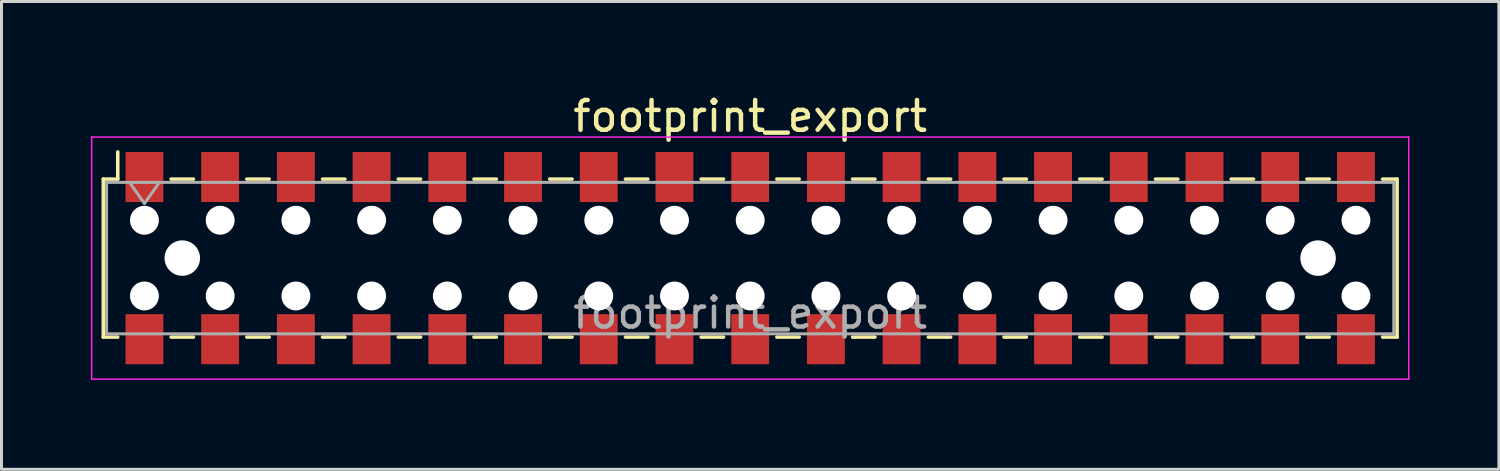
<source format=kicad_pcb>
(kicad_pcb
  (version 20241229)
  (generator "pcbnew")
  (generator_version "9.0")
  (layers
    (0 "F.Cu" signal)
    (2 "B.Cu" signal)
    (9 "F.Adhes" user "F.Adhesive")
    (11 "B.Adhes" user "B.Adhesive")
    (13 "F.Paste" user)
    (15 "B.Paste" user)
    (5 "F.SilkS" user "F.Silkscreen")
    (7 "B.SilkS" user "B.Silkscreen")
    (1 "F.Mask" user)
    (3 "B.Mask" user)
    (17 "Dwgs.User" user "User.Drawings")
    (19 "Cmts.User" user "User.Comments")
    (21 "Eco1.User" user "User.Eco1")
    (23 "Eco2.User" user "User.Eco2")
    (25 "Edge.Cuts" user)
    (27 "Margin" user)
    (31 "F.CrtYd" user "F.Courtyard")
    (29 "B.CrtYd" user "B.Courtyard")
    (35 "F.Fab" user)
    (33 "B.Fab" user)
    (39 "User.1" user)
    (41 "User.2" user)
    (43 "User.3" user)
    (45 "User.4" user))
  (footprint "footprint_export"
    (layer "F.Cu")
    (at 22.115 5.608)
    (property "Reference" "footprint_export" (at 0 -4.76 0) (layer "F.SilkS") (effects (font (size 1 1) (thickness 0.15))))
    (attr smd)
    (fp_line (start -21.7 -2.65) (end -21.7 2.65) (stroke (width 0.12) (type solid)) (layer "F.SilkS"))
    (fp_line (start -21.7 2.65) (end -21.215 2.65) (stroke (width 0.12) (type solid)) (layer "F.SilkS"))
    (fp_line (start -21.215 -3.56) (end -21.215 -2.65) (stroke (width 0.12) (type solid)) (layer "F.SilkS"))
    (fp_line (start -21.215 -2.65) (end -21.7 -2.65) (stroke (width 0.12) (type solid)) (layer "F.SilkS"))
    (fp_line (start -19.425 -2.65) (end -18.675 -2.65) (stroke (width 0.12) (type solid)) (layer "F.SilkS"))
    (fp_line (start -19.425 2.65) (end -18.675 2.65) (stroke (width 0.12) (type solid)) (layer "F.SilkS"))
    (fp_line (start -16.885 -2.65) (end -16.135 -2.65) (stroke (width 0.12) (type solid)) (layer "F.SilkS"))
    (fp_line (start -16.885 2.65) (end -16.135 2.65) (stroke (width 0.12) (type solid)) (layer "F.SilkS"))
    (fp_line (start -14.345 -2.65) (end -13.595 -2.65) (stroke (width 0.12) (type solid)) (layer "F.SilkS"))
    (fp_line (start -14.345 2.65) (end -13.595 2.65) (stroke (width 0.12) (type solid)) (layer "F.SilkS"))
    (fp_line (start -11.805 -2.65) (end -11.055 -2.65) (stroke (width 0.12) (type solid)) (layer "F.SilkS"))
    (fp_line (start -11.805 2.65) (end -11.055 2.65) (stroke (width 0.12) (type solid)) (layer "F.SilkS"))
    (fp_line (start -9.265 -2.65) (end -8.515 -2.65) (stroke (width 0.12) (type solid)) (layer "F.SilkS"))
    (fp_line (start -9.265 2.65) (end -8.515 2.65) (stroke (width 0.12) (type solid)) (layer "F.SilkS"))
    (fp_line (start -6.725 -2.65) (end -5.975 -2.65) (stroke (width 0.12) (type solid)) (layer "F.SilkS"))
    (fp_line (start -6.725 2.65) (end -5.975 2.65) (stroke (width 0.12) (type solid)) (layer "F.SilkS"))
    (fp_line (start -4.185 -2.65) (end -3.435 -2.65) (stroke (width 0.12) (type solid)) (layer "F.SilkS"))
    (fp_line (start -4.185 2.65) (end -3.435 2.65) (stroke (width 0.12) (type solid)) (layer "F.SilkS"))
    (fp_line (start -1.645 -2.65) (end -0.895 -2.65) (stroke (width 0.12) (type solid)) (layer "F.SilkS"))
    (fp_line (start -1.645 2.65) (end -0.895 2.65) (stroke (width 0.12) (type solid)) (layer "F.SilkS"))
    (fp_line (start 0.895 -2.65) (end 1.645 -2.65) (stroke (width 0.12) (type solid)) (layer "F.SilkS"))
    (fp_line (start 0.895 2.65) (end 1.645 2.65) (stroke (width 0.12) (type solid)) (layer "F.SilkS"))
    (fp_line (start 3.435 -2.65) (end 4.185 -2.65) (stroke (width 0.12) (type solid)) (layer "F.SilkS"))
    (fp_line (start 3.435 2.65) (end 4.185 2.65) (stroke (width 0.12) (type solid)) (layer "F.SilkS"))
    (fp_line (start 5.975 -2.65) (end 6.725 -2.65) (stroke (width 0.12) (type solid)) (layer "F.SilkS"))
    (fp_line (start 5.975 2.65) (end 6.725 2.65) (stroke (width 0.12) (type solid)) (layer "F.SilkS"))
    (fp_line (start 8.515 -2.65) (end 9.265 -2.65) (stroke (width 0.12) (type solid)) (layer "F.SilkS"))
    (fp_line (start 8.515 2.65) (end 9.265 2.65) (stroke (width 0.12) (type solid)) (layer "F.SilkS"))
    (fp_line (start 11.055 -2.65) (end 11.805 -2.65) (stroke (width 0.12) (type solid)) (layer "F.SilkS"))
    (fp_line (start 11.055 2.65) (end 11.805 2.65) (stroke (width 0.12) (type solid)) (layer "F.SilkS"))
    (fp_line (start 13.595 -2.65) (end 14.345 -2.65) (stroke (width 0.12) (type solid)) (layer "F.SilkS"))
    (fp_line (start 13.595 2.65) (end 14.345 2.65) (stroke (width 0.12) (type solid)) (layer "F.SilkS"))
    (fp_line (start 16.135 -2.65) (end 16.885 -2.65) (stroke (width 0.12) (type solid)) (layer "F.SilkS"))
    (fp_line (start 16.135 2.65) (end 16.885 2.65) (stroke (width 0.12) (type solid)) (layer "F.SilkS"))
    (fp_line (start 18.675 -2.65) (end 19.425 -2.65) (stroke (width 0.12) (type solid)) (layer "F.SilkS"))
    (fp_line (start 18.675 2.65) (end 19.425 2.65) (stroke (width 0.12) (type solid)) (layer "F.SilkS"))
    (fp_line (start 21.215 -2.65) (end 21.7 -2.65) (stroke (width 0.12) (type solid)) (layer "F.SilkS"))
    (fp_line (start 21.7 -2.65) (end 21.7 2.65) (stroke (width 0.12) (type solid)) (layer "F.SilkS"))
    (fp_line (start 21.7 2.65) (end 21.215 2.65) (stroke (width 0.12) (type solid)) (layer "F.SilkS"))
    (fp_line (start -22.09 -4.06) (end 22.09 -4.06) (stroke (width 0.05) (type solid)) (layer "F.CrtYd"))
    (fp_line (start -22.09 4.06) (end -22.09 -4.06) (stroke (width 0.05) (type solid)) (layer "F.CrtYd"))
    (fp_line (start 22.09 -4.06) (end 22.09 4.06) (stroke (width 0.05) (type solid)) (layer "F.CrtYd"))
    (fp_line (start 22.09 4.06) (end -22.09 4.06) (stroke (width 0.05) (type solid)) (layer "F.CrtYd"))
    (fp_line (start -21.59 -2.54) (end 21.59 -2.54) (stroke (width 0.1) (type solid)) (layer "F.Fab"))
    (fp_line (start -21.59 2.54) (end -21.59 -2.54) (stroke (width 0.1) (type solid)) (layer "F.Fab"))
    (fp_line (start -20.82 -2.54) (end -20.32 -1.833) (stroke (width 0.1) (type solid)) (layer "F.Fab"))
    (fp_line (start -20.32 -1.833) (end -19.82 -2.54) (stroke (width 0.1) (type solid)) (layer "F.Fab"))
    (fp_line (start 21.59 -2.54) (end 21.59 2.54) (stroke (width 0.1) (type solid)) (layer "F.Fab"))
    (fp_line (start 21.59 2.54) (end -21.59 2.54) (stroke (width 0.1) (type solid)) (layer "F.Fab"))
    (fp_text user "${REFERENCE}" (at 0 1.84 0) (layer "F.Fab") (effects (font (size 1 1) (thickness 0.15))))
    (pad "" np_thru_hole circle (at -20.32 -1.27) (size 0.97 0.97) (drill 0.97) (layers "*.Cu" "*.Mask"))
    (pad "" np_thru_hole circle (at -20.32 1.27) (size 0.97 0.97) (drill 0.97) (layers "*.Cu" "*.Mask"))
    (pad "" np_thru_hole circle (at -19.05 0) (size 1.19 1.19) (drill 1.19) (layers "*.Cu" "*.Mask"))
    (pad "" np_thru_hole circle (at -17.78 -1.27) (size 0.97 0.97) (drill 0.97) (layers "*.Cu" "*.Mask"))
    (pad "" np_thru_hole circle (at -17.78 1.27) (size 0.97 0.97) (drill 0.97) (layers "*.Cu" "*.Mask"))
    (pad "" np_thru_hole circle (at -15.24 -1.27) (size 0.97 0.97) (drill 0.97) (layers "*.Cu" "*.Mask"))
    (pad "" np_thru_hole circle (at -15.24 1.27) (size 0.97 0.97) (drill 0.97) (layers "*.Cu" "*.Mask"))
    (pad "" np_thru_hole circle (at -12.7 -1.27) (size 0.97 0.97) (drill 0.97) (layers "*.Cu" "*.Mask"))
    (pad "" np_thru_hole circle (at -12.7 1.27) (size 0.97 0.97) (drill 0.97) (layers "*.Cu" "*.Mask"))
    (pad "" np_thru_hole circle (at -10.16 -1.27) (size 0.97 0.97) (drill 0.97) (layers "*.Cu" "*.Mask"))
    (pad "" np_thru_hole circle (at -10.16 1.27) (size 0.97 0.97) (drill 0.97) (layers "*.Cu" "*.Mask"))
    (pad "" np_thru_hole circle (at -7.62 -1.27) (size 0.97 0.97) (drill 0.97) (layers "*.Cu" "*.Mask"))
    (pad "" np_thru_hole circle (at -7.62 1.27) (size 0.97 0.97) (drill 0.97) (layers "*.Cu" "*.Mask"))
    (pad "" np_thru_hole circle (at -5.08 -1.27) (size 0.97 0.97) (drill 0.97) (layers "*.Cu" "*.Mask"))
    (pad "" np_thru_hole circle (at -5.08 1.27) (size 0.97 0.97) (drill 0.97) (layers "*.Cu" "*.Mask"))
    (pad "" np_thru_hole circle (at -2.54 -1.27) (size 0.97 0.97) (drill 0.97) (layers "*.Cu" "*.Mask"))
    (pad "" np_thru_hole circle (at -2.54 1.27) (size 0.97 0.97) (drill 0.97) (layers "*.Cu" "*.Mask"))
    (pad "" np_thru_hole circle (at 0 -1.27) (size 0.97 0.97) (drill 0.97) (layers "*.Cu" "*.Mask"))
    (pad "" np_thru_hole circle (at 0 1.27) (size 0.97 0.97) (drill 0.97) (layers "*.Cu" "*.Mask"))
    (pad "" np_thru_hole circle (at 2.54 -1.27) (size 0.97 0.97) (drill 0.97) (layers "*.Cu" "*.Mask"))
    (pad "" np_thru_hole circle (at 2.54 1.27) (size 0.97 0.97) (drill 0.97) (layers "*.Cu" "*.Mask"))
    (pad "" np_thru_hole circle (at 5.08 -1.27) (size 0.97 0.97) (drill 0.97) (layers "*.Cu" "*.Mask"))
    (pad "" np_thru_hole circle (at 5.08 1.27) (size 0.97 0.97) (drill 0.97) (layers "*.Cu" "*.Mask"))
    (pad "" np_thru_hole circle (at 7.62 -1.27) (size 0.97 0.97) (drill 0.97) (layers "*.Cu" "*.Mask"))
    (pad "" np_thru_hole circle (at 7.62 1.27) (size 0.97 0.97) (drill 0.97) (layers "*.Cu" "*.Mask"))
    (pad "" np_thru_hole circle (at 10.16 -1.27) (size 0.97 0.97) (drill 0.97) (layers "*.Cu" "*.Mask"))
    (pad "" np_thru_hole circle (at 10.16 1.27) (size 0.97 0.97) (drill 0.97) (layers "*.Cu" "*.Mask"))
    (pad "" np_thru_hole circle (at 12.7 -1.27) (size 0.97 0.97) (drill 0.97) (layers "*.Cu" "*.Mask"))
    (pad "" np_thru_hole circle (at 12.7 1.27) (size 0.97 0.97) (drill 0.97) (layers "*.Cu" "*.Mask"))
    (pad "" np_thru_hole circle (at 15.24 -1.27) (size 0.97 0.97) (drill 0.97) (layers "*.Cu" "*.Mask"))
    (pad "" np_thru_hole circle (at 15.24 1.27) (size 0.97 0.97) (drill 0.97) (layers "*.Cu" "*.Mask"))
    (pad "" np_thru_hole circle (at 17.78 -1.27) (size 0.97 0.97) (drill 0.97) (layers "*.Cu" "*.Mask"))
    (pad "" np_thru_hole circle (at 17.78 1.27) (size 0.97 0.97) (drill 0.97) (layers "*.Cu" "*.Mask"))
    (pad "" np_thru_hole circle (at 19.05 0) (size 1.19 1.19) (drill 1.19) (layers "*.Cu" "*.Mask"))
    (pad "" np_thru_hole circle (at 20.32 -1.27) (size 0.97 0.97) (drill 0.97) (layers "*.Cu" "*.Mask"))
    (pad "" np_thru_hole circle (at 20.32 1.27) (size 0.97 0.97) (drill 0.97) (layers "*.Cu" "*.Mask"))
    (pad "1" smd rect (at -20.32 -2.72) (size 1.27 1.68) (layers "F.Cu" "F.Mask" "F.Paste"))
    (pad "2" smd rect (at -20.32 2.72) (size 1.27 1.68) (layers "F.Cu" "F.Mask" "F.Paste"))
    (pad "3" smd rect (at -17.78 -2.72) (size 1.27 1.68) (layers "F.Cu" "F.Mask" "F.Paste"))
    (pad "4" smd rect (at -17.78 2.72) (size 1.27 1.68) (layers "F.Cu" "F.Mask" "F.Paste"))
    (pad "5" smd rect (at -15.24 -2.72) (size 1.27 1.68) (layers "F.Cu" "F.Mask" "F.Paste"))
    (pad "6" smd rect (at -15.24 2.72) (size 1.27 1.68) (layers "F.Cu" "F.Mask" "F.Paste"))
    (pad "7" smd rect (at -12.7 -2.72) (size 1.27 1.68) (layers "F.Cu" "F.Mask" "F.Paste"))
    (pad "8" smd rect (at -12.7 2.72) (size 1.27 1.68) (layers "F.Cu" "F.Mask" "F.Paste"))
    (pad "9" smd rect (at -10.16 -2.72) (size 1.27 1.68) (layers "F.Cu" "F.Mask" "F.Paste"))
    (pad "10" smd rect (at -10.16 2.72) (size 1.27 1.68) (layers "F.Cu" "F.Mask" "F.Paste"))
    (pad "11" smd rect (at -7.62 -2.72) (size 1.27 1.68) (layers "F.Cu" "F.Mask" "F.Paste"))
    (pad "12" smd rect (at -7.62 2.72) (size 1.27 1.68) (layers "F.Cu" "F.Mask" "F.Paste"))
    (pad "13" smd rect (at -5.08 -2.72) (size 1.27 1.68) (layers "F.Cu" "F.Mask" "F.Paste"))
    (pad "14" smd rect (at -5.08 2.72) (size 1.27 1.68) (layers "F.Cu" "F.Mask" "F.Paste"))
    (pad "15" smd rect (at -2.54 -2.72) (size 1.27 1.68) (layers "F.Cu" "F.Mask" "F.Paste"))
    (pad "16" smd rect (at -2.54 2.72) (size 1.27 1.68) (layers "F.Cu" "F.Mask" "F.Paste"))
    (pad "17" smd rect (at 0 -2.72) (size 1.27 1.68) (layers "F.Cu" "F.Mask" "F.Paste"))
    (pad "18" smd rect (at 0 2.72) (size 1.27 1.68) (layers "F.Cu" "F.Mask" "F.Paste"))
    (pad "19" smd rect (at 2.54 -2.72) (size 1.27 1.68) (layers "F.Cu" "F.Mask" "F.Paste"))
    (pad "20" smd rect (at 2.54 2.72) (size 1.27 1.68) (layers "F.Cu" "F.Mask" "F.Paste"))
    (pad "21" smd rect (at 5.08 -2.72) (size 1.27 1.68) (layers "F.Cu" "F.Mask" "F.Paste"))
    (pad "22" smd rect (at 5.08 2.72) (size 1.27 1.68) (layers "F.Cu" "F.Mask" "F.Paste"))
    (pad "23" smd rect (at 7.62 -2.72) (size 1.27 1.68) (layers "F.Cu" "F.Mask" "F.Paste"))
    (pad "24" smd rect (at 7.62 2.72) (size 1.27 1.68) (layers "F.Cu" "F.Mask" "F.Paste"))
    (pad "25" smd rect (at 10.16 -2.72) (size 1.27 1.68) (layers "F.Cu" "F.Mask" "F.Paste"))
    (pad "26" smd rect (at 10.16 2.72) (size 1.27 1.68) (layers "F.Cu" "F.Mask" "F.Paste"))
    (pad "27" smd rect (at 12.7 -2.72) (size 1.27 1.68) (layers "F.Cu" "F.Mask" "F.Paste"))
    (pad "28" smd rect (at 12.7 2.72) (size 1.27 1.68) (layers "F.Cu" "F.Mask" "F.Paste"))
    (pad "29" smd rect (at 15.24 -2.72) (size 1.27 1.68) (layers "F.Cu" "F.Mask" "F.Paste"))
    (pad "30" smd rect (at 15.24 2.72) (size 1.27 1.68) (layers "F.Cu" "F.Mask" "F.Paste"))
    (pad "31" smd rect (at 17.78 -2.72) (size 1.27 1.68) (layers "F.Cu" "F.Mask" "F.Paste"))
    (pad "32" smd rect (at 17.78 2.72) (size 1.27 1.68) (layers "F.Cu" "F.Mask" "F.Paste"))
    (pad "33" smd rect (at 20.32 -2.72) (size 1.27 1.68) (layers "F.Cu" "F.Mask" "F.Paste"))
    (pad "34" smd rect (at 20.32 2.72) (size 1.27 1.68) (layers "F.Cu" "F.Mask" "F.Paste")))
  (gr_rect
    (start -3 -3)
    (end 47.23 12.693)
    (stroke (width 0.1) (type default))
    (fill no)
    (layer "Edge.Cuts")))
</source>
